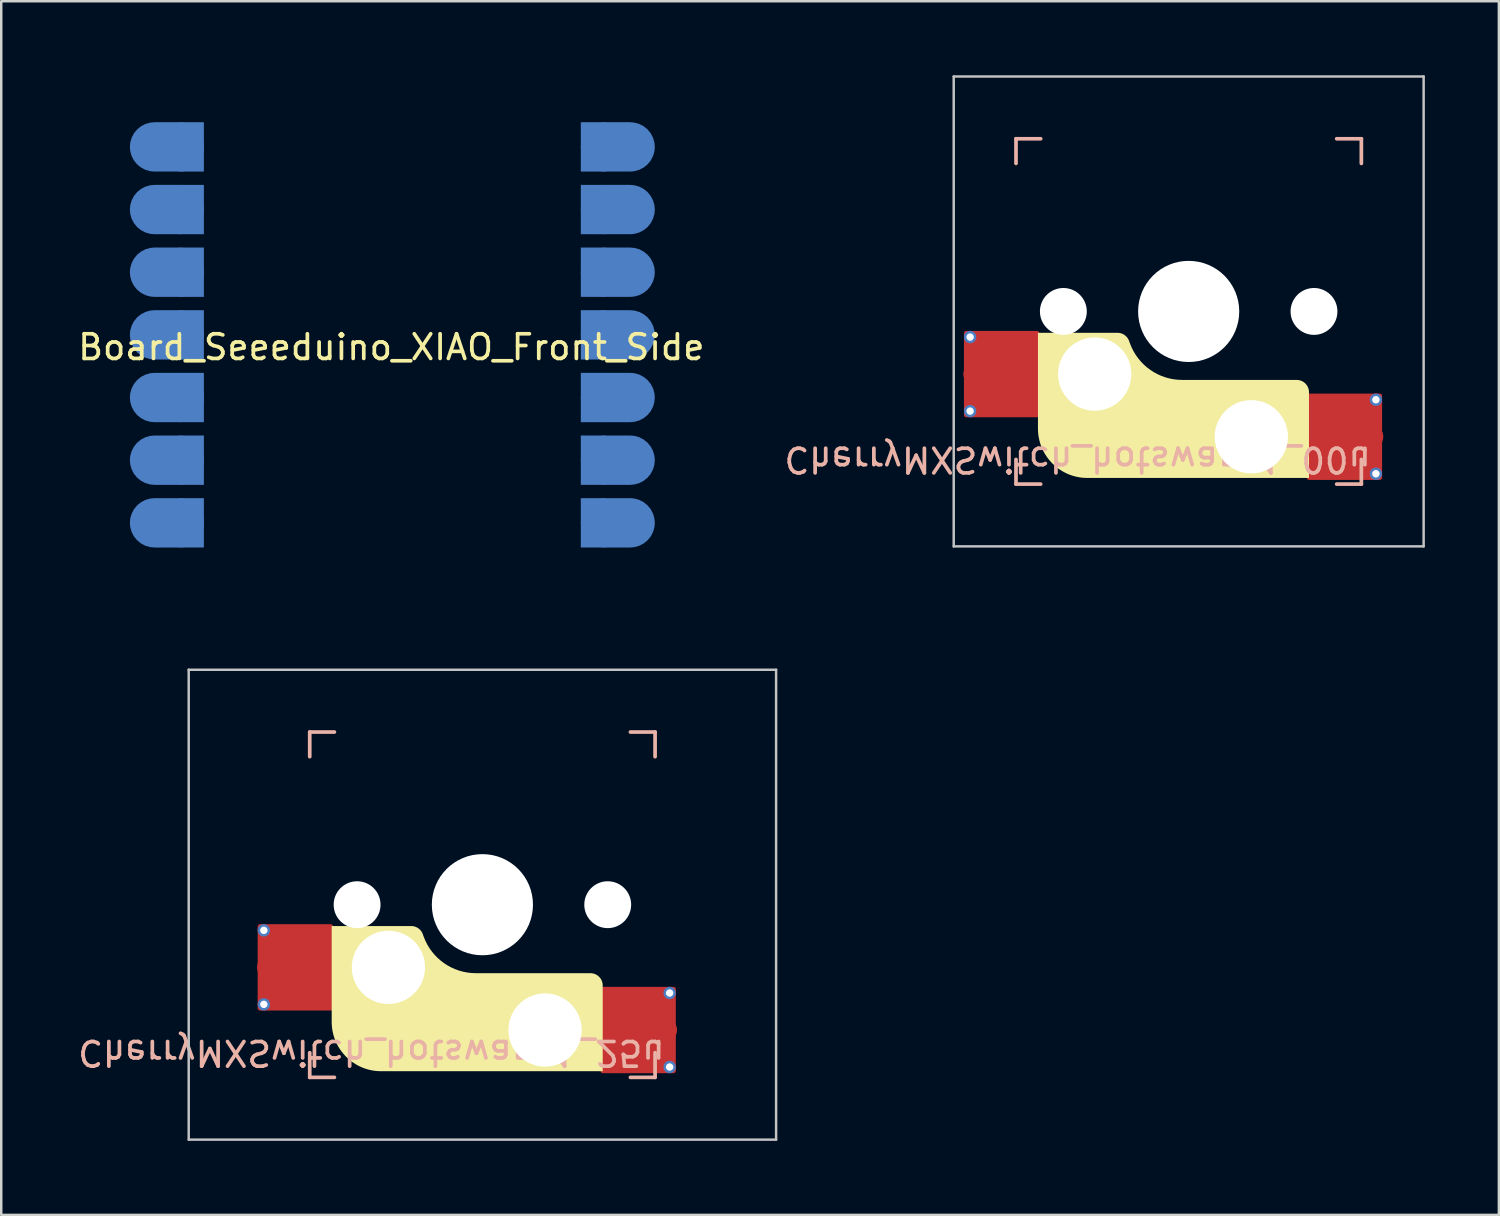
<source format=kicad_pcb>
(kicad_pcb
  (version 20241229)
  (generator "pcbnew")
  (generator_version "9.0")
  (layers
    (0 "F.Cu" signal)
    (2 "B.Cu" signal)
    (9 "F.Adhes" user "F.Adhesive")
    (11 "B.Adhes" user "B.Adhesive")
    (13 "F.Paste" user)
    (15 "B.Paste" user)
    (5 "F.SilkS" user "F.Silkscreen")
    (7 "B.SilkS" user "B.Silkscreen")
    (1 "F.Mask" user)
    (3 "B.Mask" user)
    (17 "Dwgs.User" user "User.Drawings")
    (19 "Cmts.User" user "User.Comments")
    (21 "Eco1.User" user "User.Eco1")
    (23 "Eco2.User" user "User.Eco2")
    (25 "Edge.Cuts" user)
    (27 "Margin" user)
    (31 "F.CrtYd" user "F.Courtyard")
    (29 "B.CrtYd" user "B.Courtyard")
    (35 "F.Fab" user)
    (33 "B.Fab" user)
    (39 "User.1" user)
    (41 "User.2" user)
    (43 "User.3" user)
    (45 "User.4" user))
  (footprint "CherryMXSwitch_hotswap_1_00u"
    (layer "F.Cu")
    (at 45.137 9.575)
    (property "Reference" "CherryMXSwitch_hotswap_1_00u" (at -4.5 6 180) (unlocked yes) (layer "B.SilkS") (effects (font (size 1 1) (thickness 0.15)) (justify mirror)))
    (attr smd)
    (fp_poly (pts (xy 4.877 3.276) (xy 4.876 3.252) (xy 4.875 3.227) (xy 4.872 3.203) (xy 4.867 3.178) (xy 4.862 3.154) (xy 4.855 3.131) (xy 4.848 3.108) (xy 4.839 3.085) (xy 4.829 3.063) (xy 4.818 3.041) (xy 4.806 3.02) (xy 4.793 2.999) (xy 4.779 2.979) (xy 4.764 2.959) (xy 4.748 2.941) (xy 4.731 2.923) (xy 4.713 2.906) (xy 4.694 2.89) (xy 4.675 2.874) (xy 4.654 2.86) (xy 4.634 2.847) (xy 4.612 2.835) (xy 4.591 2.824) (xy 4.568 2.814) (xy 4.546 2.806) (xy 4.522 2.798) (xy 4.499 2.791) (xy 4.475 2.786) (xy 4.451 2.782) (xy 4.426 2.779) (xy 4.402 2.777) (xy 4.377 2.776) (xy -0.266 2.776) (xy -0.442 2.769) (xy -0.615 2.749) (xy -0.784 2.716) (xy -0.95 2.67) (xy -1.11 2.612) (xy -1.265 2.542) (xy -1.414 2.461) (xy -1.556 2.369) (xy -1.691 2.267) (xy -1.818 2.155) (xy -1.937 2.033) (xy -2.046 1.902) (xy -2.146 1.763) (xy -2.235 1.615) (xy -2.313 1.459) (xy -2.38 1.296) (xy -2.417 1.195) (xy -2.424 1.176) (xy -2.432 1.158) (xy -2.44 1.141) (xy -2.449 1.124) (xy -2.459 1.107) (xy -2.469 1.091) (xy -2.48 1.075) (xy -2.491 1.06) (xy -2.503 1.045) (xy -2.515 1.031) (xy -2.528 1.017) (xy -2.542 1.004) (xy -2.556 0.991) (xy -2.57 0.979) (xy -2.585 0.967) (xy -2.6 0.956) (xy -2.615 0.945) (xy -2.631 0.936) (xy -2.648 0.926) (xy -2.665 0.918) (xy -2.682 0.91) (xy -2.699 0.902) (xy -2.717 0.895) (xy -2.735 0.889) (xy -2.753 0.884) (xy -2.771 0.879) (xy -2.79 0.875) (xy -2.809 0.872) (xy -2.828 0.869) (xy -2.848 0.867) (xy -2.867 0.866) (xy -2.887 0.866) (xy -6.11 0.866) (xy -6.11 4.75) (xy -6.107 4.853) (xy -6.1 4.954) (xy -6.087 5.055) (xy -6.069 5.153) (xy -6.047 5.25) (xy -6.02 5.345) (xy -5.989 5.438) (xy -5.953 5.528) (xy -5.913 5.617) (xy -5.869 5.703) (xy -5.82 5.787) (xy -5.768 5.868) (xy -5.713 5.947) (xy -5.653 6.022) (xy -5.59 6.095) (xy -5.524 6.164) (xy -5.455 6.23) (xy -5.382 6.293) (xy -5.307 6.353) (xy -5.228 6.408) (xy -5.147 6.46) (xy -5.063 6.509) (xy -4.977 6.553) (xy -4.888 6.593) (xy -4.798 6.629) (xy -4.705 6.66) (xy -4.61 6.687) (xy -4.513 6.709) (xy -4.415 6.727) (xy -4.314 6.74) (xy -4.213 6.747) (xy -4.11 6.75) (xy 4.877 6.75)) (stroke (width 0) (type solid)) (fill yes) (layer "F.SilkS"))
    (fp_line (start -7 -7) (end -6 -7) (stroke (width 0.15) (type solid)) (layer "B.SilkS"))
    (fp_line (start -7 -6) (end -7 -7) (stroke (width 0.15) (type solid)) (layer "B.SilkS"))
    (fp_line (start -7 6) (end -7 7) (stroke (width 0.15) (type solid)) (layer "B.SilkS"))
    (fp_line (start -7 7) (end -6 7) (stroke (width 0.15) (type solid)) (layer "B.SilkS"))
    (fp_line (start 6 -7) (end 7 -7) (stroke (width 0.15) (type solid)) (layer "B.SilkS"))
    (fp_line (start 7 -7) (end 7 -6) (stroke (width 0.15) (type solid)) (layer "B.SilkS"))
    (fp_line (start 7 7) (end 6 7) (stroke (width 0.15) (type solid)) (layer "B.SilkS"))
    (fp_line (start 7 7) (end 7 6) (stroke (width 0.15) (type solid)) (layer "B.SilkS"))
    (fp_line (start -9.525 -9.525) (end -9.525 9.525) (stroke (width 0.1) (type solid)) (layer "Dwgs.User"))
    (fp_line (start -9.525 9.525) (end 9.525 9.525) (stroke (width 0.1) (type solid)) (layer "Dwgs.User"))
    (fp_line (start 9.525 -9.525) (end -9.525 -9.525) (stroke (width 0.1) (type solid)) (layer "Dwgs.User"))
    (fp_line (start 9.525 9.525) (end 9.525 -9.525) (stroke (width 0.1) (type solid)) (layer "Dwgs.User"))
    (fp_line (start -7 -7) (end -7 7) (stroke (width 0.1) (type solid)) (layer "Eco1.User"))
    (fp_line (start -7 7) (end 7 7) (stroke (width 0.1) (type solid)) (layer "Eco1.User"))
    (fp_line (start 7 -7) (end -7 -7) (stroke (width 0.1) (type solid)) (layer "Eco1.User"))
    (fp_line (start 7 7) (end 7 -7) (stroke (width 0.1) (type solid)) (layer "Eco1.User"))
    (fp_rect (start 1.75 -3.25) (end -1.75 -6.35) (stroke (width 0.1) (type solid)) (fill no) (layer "Eco1.User"))
    (fp_line (start 0 0) (end 0 -4.8) (stroke (width 0.1) (type solid)) (layer "Eco2.User"))
    (fp_line (start 0 0) (end 8.262 0) (stroke (width 0.1) (type solid)) (layer "Eco2.User"))
    (pad "" np_thru_hole circle (at -5.08 0) (size 1.9 1.9) (drill 1.9) (layers "*.Cu" "*.Mask"))
    (pad "" np_thru_hole circle (at -3.81 2.54) (size 3 3) (drill 2.97) (layers "*.Cu" "*.Mask"))
    (pad "" np_thru_hole circle (at 0 0 270) (size 4.1 4.1) (drill 4.1) (layers "*.Cu" "*.Mask"))
    (pad "" np_thru_hole circle (at 2.54 5.08) (size 3 3) (drill 2.97) (layers "*.Cu" "*.Mask"))
    (pad "" np_thru_hole circle (at 5.08 0) (size 1.9 1.9) (drill 1.9) (layers "*.Cu" "*.Mask"))
    (pad "1" thru_hole circle (at -8.86 1.04) (size 0.5 0.5) (drill 0.3) (layers "*.Cu" "B.Mask"))
    (pad "1" thru_hole circle (at -8.86 4.04) (size 0.5 0.5) (drill 0.3) (layers "*.Cu" "B.Mask"))
    (pad "1" smd circle (at -8.635 2.54 180) (size 1 1) (layers "F.Cu" "F.Mask" "F.Paste"))
    (pad "1" smd roundrect (at -7.585 2.54 180) (size 3.05 3.5) (layers "F.Cu") (roundrect_rratio 0.029))
    (pad "1" smd roundrect (at -7.385 2.54 180) (size 2.55 2.5) (layers "F.Cu" "F.Mask" "F.Paste") (roundrect_rratio 0.1))
    (pad "2" smd roundrect (at 6.115 5.08) (size 2.55 2.5) (layers "F.Cu" "F.Mask" "F.Paste") (roundrect_rratio 0.1))
    (pad "2" smd roundrect (at 6.315 5.08) (size 3.05 3.5) (layers "F.Cu") (roundrect_rratio 0.029))
    (pad "2" smd circle (at 7.39 5.08 180) (size 1 1) (layers "F.Cu" "F.Mask" "F.Paste"))
    (pad "2" thru_hole circle (at 7.59 3.58 180) (size 0.5 0.5) (drill 0.3) (layers "*.Cu" "B.Mask"))
    (pad "2" thru_hole circle (at 7.59 6.58 180) (size 0.5 0.5) (drill 0.3) (layers "*.Cu" "B.Mask")))
  (footprint "CherryMXSwitch_hotswap_1_25u"
    (layer "F.Cu")
    (at 16.506 33.625)
    (property "Reference" "CherryMXSwitch_hotswap_1_25u" (at -4.5 6 180) (unlocked yes) (layer "B.SilkS") (effects (font (size 1 1) (thickness 0.15)) (justify mirror)))
    (attr smd)
    (fp_poly (pts (xy 4.877 3.276) (xy 4.876 3.252) (xy 4.875 3.227) (xy 4.872 3.203) (xy 4.867 3.178) (xy 4.862 3.154) (xy 4.855 3.131) (xy 4.848 3.108) (xy 4.839 3.085) (xy 4.829 3.063) (xy 4.818 3.041) (xy 4.806 3.02) (xy 4.793 2.999) (xy 4.779 2.979) (xy 4.764 2.959) (xy 4.748 2.941) (xy 4.731 2.923) (xy 4.713 2.906) (xy 4.694 2.89) (xy 4.675 2.874) (xy 4.654 2.86) (xy 4.634 2.847) (xy 4.612 2.835) (xy 4.591 2.824) (xy 4.568 2.814) (xy 4.546 2.806) (xy 4.522 2.798) (xy 4.499 2.791) (xy 4.475 2.786) (xy 4.451 2.782) (xy 4.426 2.779) (xy 4.402 2.777) (xy 4.377 2.776) (xy -0.266 2.776) (xy -0.442 2.769) (xy -0.615 2.749) (xy -0.784 2.716) (xy -0.95 2.67) (xy -1.11 2.612) (xy -1.265 2.542) (xy -1.414 2.461) (xy -1.556 2.369) (xy -1.691 2.267) (xy -1.818 2.155) (xy -1.937 2.033) (xy -2.046 1.902) (xy -2.146 1.763) (xy -2.235 1.615) (xy -2.313 1.459) (xy -2.38 1.296) (xy -2.417 1.195) (xy -2.424 1.176) (xy -2.432 1.158) (xy -2.44 1.141) (xy -2.449 1.124) (xy -2.459 1.107) (xy -2.469 1.091) (xy -2.48 1.075) (xy -2.491 1.06) (xy -2.503 1.045) (xy -2.515 1.031) (xy -2.528 1.017) (xy -2.542 1.004) (xy -2.556 0.991) (xy -2.57 0.979) (xy -2.585 0.967) (xy -2.6 0.956) (xy -2.615 0.945) (xy -2.631 0.936) (xy -2.648 0.926) (xy -2.665 0.918) (xy -2.682 0.91) (xy -2.699 0.902) (xy -2.717 0.895) (xy -2.735 0.889) (xy -2.753 0.884) (xy -2.771 0.879) (xy -2.79 0.875) (xy -2.809 0.872) (xy -2.828 0.869) (xy -2.848 0.867) (xy -2.867 0.866) (xy -2.887 0.866) (xy -6.11 0.866) (xy -6.11 4.75) (xy -6.107 4.853) (xy -6.1 4.954) (xy -6.087 5.055) (xy -6.069 5.153) (xy -6.047 5.25) (xy -6.02 5.345) (xy -5.989 5.438) (xy -5.953 5.528) (xy -5.913 5.617) (xy -5.869 5.703) (xy -5.82 5.787) (xy -5.768 5.868) (xy -5.713 5.947) (xy -5.653 6.022) (xy -5.59 6.095) (xy -5.524 6.164) (xy -5.455 6.23) (xy -5.382 6.293) (xy -5.307 6.353) (xy -5.228 6.408) (xy -5.147 6.46) (xy -5.063 6.509) (xy -4.977 6.553) (xy -4.888 6.593) (xy -4.798 6.629) (xy -4.705 6.66) (xy -4.61 6.687) (xy -4.513 6.709) (xy -4.415 6.727) (xy -4.314 6.74) (xy -4.213 6.747) (xy -4.11 6.75) (xy 4.877 6.75)) (stroke (width 0) (type solid)) (fill yes) (layer "F.SilkS"))
    (fp_line (start -7 -7) (end -6 -7) (stroke (width 0.15) (type solid)) (layer "B.SilkS"))
    (fp_line (start -7 -6) (end -7 -7) (stroke (width 0.15) (type solid)) (layer "B.SilkS"))
    (fp_line (start -7 6) (end -7 7) (stroke (width 0.15) (type solid)) (layer "B.SilkS"))
    (fp_line (start -7 7) (end -6 7) (stroke (width 0.15) (type solid)) (layer "B.SilkS"))
    (fp_line (start 6 -7) (end 7 -7) (stroke (width 0.15) (type solid)) (layer "B.SilkS"))
    (fp_line (start 7 -7) (end 7 -6) (stroke (width 0.15) (type solid)) (layer "B.SilkS"))
    (fp_line (start 7 7) (end 6 7) (stroke (width 0.15) (type solid)) (layer "B.SilkS"))
    (fp_line (start 7 7) (end 7 6) (stroke (width 0.15) (type solid)) (layer "B.SilkS"))
    (fp_line (start -11.906 -9.525) (end -11.906 9.525) (stroke (width 0.1) (type solid)) (layer "Dwgs.User"))
    (fp_line (start -11.906 9.525) (end 11.906 9.525) (stroke (width 0.1) (type solid)) (layer "Dwgs.User"))
    (fp_line (start 11.906 -9.525) (end -11.906 -9.525) (stroke (width 0.1) (type solid)) (layer "Dwgs.User"))
    (fp_line (start 11.906 9.525) (end 11.906 -9.525) (stroke (width 0.1) (type solid)) (layer "Dwgs.User"))
    (fp_line (start -7 -7) (end -7 7) (stroke (width 0.1) (type solid)) (layer "Eco1.User"))
    (fp_line (start -7 7) (end 7 7) (stroke (width 0.1) (type solid)) (layer "Eco1.User"))
    (fp_line (start 7 -7) (end -7 -7) (stroke (width 0.1) (type solid)) (layer "Eco1.User"))
    (fp_line (start 7 7) (end 7 -7) (stroke (width 0.1) (type solid)) (layer "Eco1.User"))
    (fp_rect (start 1.75 -3.25) (end -1.75 -6.35) (stroke (width 0.1) (type solid)) (fill no) (layer "Eco1.User"))
    (fp_line (start 0 0) (end 0 -4.8) (stroke (width 0.1) (type solid)) (layer "Eco2.User"))
    (fp_line (start 0 0) (end 8.262 0) (stroke (width 0.1) (type solid)) (layer "Eco2.User"))
    (pad "" np_thru_hole circle (at -5.08 0) (size 1.9 1.9) (drill 1.9) (layers "*.Cu" "*.Mask"))
    (pad "" np_thru_hole circle (at -3.81 2.54) (size 3 3) (drill 2.97) (layers "*.Cu" "*.Mask"))
    (pad "" np_thru_hole circle (at 0 0 270) (size 4.1 4.1) (drill 4.1) (layers "*.Cu" "*.Mask"))
    (pad "" np_thru_hole circle (at 2.54 5.08) (size 3 3) (drill 2.97) (layers "*.Cu" "*.Mask"))
    (pad "" np_thru_hole circle (at 5.08 0) (size 1.9 1.9) (drill 1.9) (layers "*.Cu" "*.Mask"))
    (pad "1" thru_hole circle (at -8.86 1.04) (size 0.5 0.5) (drill 0.3) (layers "*.Cu" "B.Mask"))
    (pad "1" thru_hole circle (at -8.86 4.04) (size 0.5 0.5) (drill 0.3) (layers "*.Cu" "B.Mask"))
    (pad "1" smd circle (at -8.635 2.54 180) (size 1 1) (layers "F.Cu" "F.Mask" "F.Paste"))
    (pad "1" smd roundrect (at -7.585 2.54 180) (size 3.05 3.5) (layers "F.Cu") (roundrect_rratio 0.029))
    (pad "1" smd roundrect (at -7.385 2.54 180) (size 2.55 2.5) (layers "F.Cu" "F.Mask" "F.Paste") (roundrect_rratio 0.1))
    (pad "2" smd roundrect (at 6.115 5.08) (size 2.55 2.5) (layers "F.Cu" "F.Mask" "F.Paste") (roundrect_rratio 0.1))
    (pad "2" smd roundrect (at 6.315 5.08) (size 3.05 3.5) (layers "F.Cu") (roundrect_rratio 0.029))
    (pad "2" smd circle (at 7.39 5.08 180) (size 1 1) (layers "F.Cu" "F.Mask" "F.Paste"))
    (pad "2" thru_hole circle (at 7.59 3.58 180) (size 0.5 0.5) (drill 0.3) (layers "*.Cu" "B.Mask"))
    (pad "2" thru_hole circle (at 7.59 6.58 180) (size 0.5 0.5) (drill 0.3) (layers "*.Cu" "B.Mask")))
  (footprint "Board_Seeeduino_XIAO_Front_Side"
    (layer "F.Cu")
    (at 12.815 10.525)
    (property "Reference" "Board_Seeeduino_XIAO_Front_Side" (at 0 0.5 0) (unlocked yes) (layer "F.SilkS") (effects (font (size 1 1) (thickness 0.15))))
    (attr through_hole)
    (fp_rect (start -8.9 10.5) (end 8.9 -10.5) (stroke (width 0.05) (type solid)) (fill no) (layer "Eco1.User"))
    (pad "1" smd roundrect (at -8.1 -7.62 180) (size 3 2) (drill (offset 1 0)) (layers "B.Cu" "B.Mask" "B.Paste") (roundrect_rratio 0.5) (chamfer_ratio 0.2) (chamfer))
    (pad "1" smd rect (at -7.1 -7.62 180) (size 1 2) (drill (offset 1 0)) (layers "B.Cu" "B.Mask" "B.Paste"))
    (pad "2" smd roundrect (at -8.1 -5.08 180) (size 3 2) (drill (offset 1 0)) (layers "B.Cu" "B.Mask" "B.Paste") (roundrect_rratio 0.5) (chamfer_ratio 0.2) (chamfer))
    (pad "2" smd rect (at -7.1 -5.08 180) (size 1 2) (drill (offset 1 0)) (layers "B.Cu" "B.Mask" "B.Paste"))
    (pad "3" smd roundrect (at -8.1 -2.54 180) (size 3 2) (drill (offset 1 0)) (layers "B.Cu" "B.Mask" "B.Paste") (roundrect_rratio 0.5) (chamfer_ratio 0.2) (chamfer))
    (pad "3" smd rect (at -7.1 -2.54 180) (size 1 2) (drill (offset 1 0)) (layers "B.Cu" "B.Mask" "B.Paste"))
    (pad "4" smd roundrect (at -8.1 0 180) (size 3 2) (drill (offset 1 0)) (layers "B.Cu" "B.Mask" "B.Paste") (roundrect_rratio 0.5) (chamfer_ratio 0.2) (chamfer))
    (pad "4" smd rect (at -7.1 0 180) (size 1 2) (drill (offset 1 0)) (layers "B.Cu" "B.Mask" "B.Paste"))
    (pad "5" smd roundrect (at -8.1 2.54 180) (size 3 2) (drill (offset 1 0)) (layers "B.Cu" "B.Mask" "B.Paste") (roundrect_rratio 0.5) (chamfer_ratio 0.2) (chamfer))
    (pad "5" smd rect (at -7.1 2.54 180) (size 1 2) (drill (offset 1 0)) (layers "B.Cu" "B.Mask" "B.Paste"))
    (pad "6" smd roundrect (at -8.1 5.08 180) (size 3 2) (drill (offset 1 0)) (layers "B.Cu" "B.Mask" "B.Paste") (roundrect_rratio 0.5) (chamfer_ratio 0.2) (chamfer))
    (pad "6" smd rect (at -7.1 5.08 180) (size 1 2) (drill (offset 1 0)) (layers "B.Cu" "B.Mask" "B.Paste"))
    (pad "7" smd roundrect (at -8.1 7.62 180) (size 3 2) (drill (offset 1 0)) (layers "B.Cu" "B.Mask" "B.Paste") (roundrect_rratio 0.5) (chamfer_ratio 0.2) (chamfer))
    (pad "7" smd rect (at -7.1 7.62 180) (size 1 2) (drill (offset 1 0)) (layers "B.Cu" "B.Mask" "B.Paste"))
    (pad "8" smd rect (at 7.18 7.62) (size 1 2) (drill (offset 1 0)) (layers "B.Cu" "B.Mask" "B.Paste"))
    (pad "8" smd roundrect (at 8.18 7.62) (size 3 2) (drill (offset 1 0)) (layers "B.Cu" "B.Mask" "B.Paste") (roundrect_rratio 0.5) (chamfer_ratio 0.2) (chamfer))
    (pad "9" smd rect (at 7.18 5.08) (size 1 2) (drill (offset 1 0)) (layers "B.Cu" "B.Mask" "B.Paste"))
    (pad "9" smd roundrect (at 8.18 5.08) (size 3 2) (drill (offset 1 0)) (layers "B.Cu" "B.Mask" "B.Paste") (roundrect_rratio 0.5) (chamfer_ratio 0.2) (chamfer))
    (pad "10" smd rect (at 7.18 2.54) (size 1 2) (drill (offset 1 0)) (layers "B.Cu" "B.Mask" "B.Paste"))
    (pad "10" smd roundrect (at 8.18 2.54) (size 3 2) (drill (offset 1 0)) (layers "B.Cu" "B.Mask" "B.Paste") (roundrect_rratio 0.5) (chamfer_ratio 0.2) (chamfer))
    (pad "11" smd rect (at 7.18 0) (size 1 2) (drill (offset 1 0)) (layers "B.Cu" "B.Mask" "B.Paste"))
    (pad "11" smd roundrect (at 8.18 0) (size 3 2) (drill (offset 1 0)) (layers "B.Cu" "B.Mask" "B.Paste") (roundrect_rratio 0.5) (chamfer_ratio 0.2) (chamfer))
    (pad "12" smd rect (at 7.18 -2.54) (size 1 2) (drill (offset 1 0)) (layers "B.Cu" "B.Mask" "B.Paste"))
    (pad "12" smd roundrect (at 8.18 -2.54) (size 3 2) (drill (offset 1 0)) (layers "B.Cu" "B.Mask" "B.Paste") (roundrect_rratio 0.5) (chamfer_ratio 0.2) (chamfer))
    (pad "13" smd rect (at 7.18 -5.08) (size 1 2) (drill (offset 1 0)) (layers "B.Cu" "B.Mask" "B.Paste"))
    (pad "13" smd roundrect (at 8.18 -5.08) (size 3 2) (drill (offset 1 0)) (layers "B.Cu" "B.Mask" "B.Paste") (roundrect_rratio 0.5) (chamfer_ratio 0.2) (chamfer))
    (pad "14" smd rect (at 7.18 -7.62) (size 1 2) (drill (offset 1 0)) (layers "B.Cu" "B.Mask" "B.Paste"))
    (pad "14" smd roundrect (at 8.18 -7.62) (size 3 2) (drill (offset 1 0)) (layers "B.Cu" "B.Mask" "B.Paste") (roundrect_rratio 0.5) (chamfer_ratio 0.2) (chamfer)))
  (gr_rect
    (start -3 -3)
    (end 57.712 46.2)
    (stroke (width 0.1) (type default))
    (fill no)
    (layer "Edge.Cuts")))
</source>
